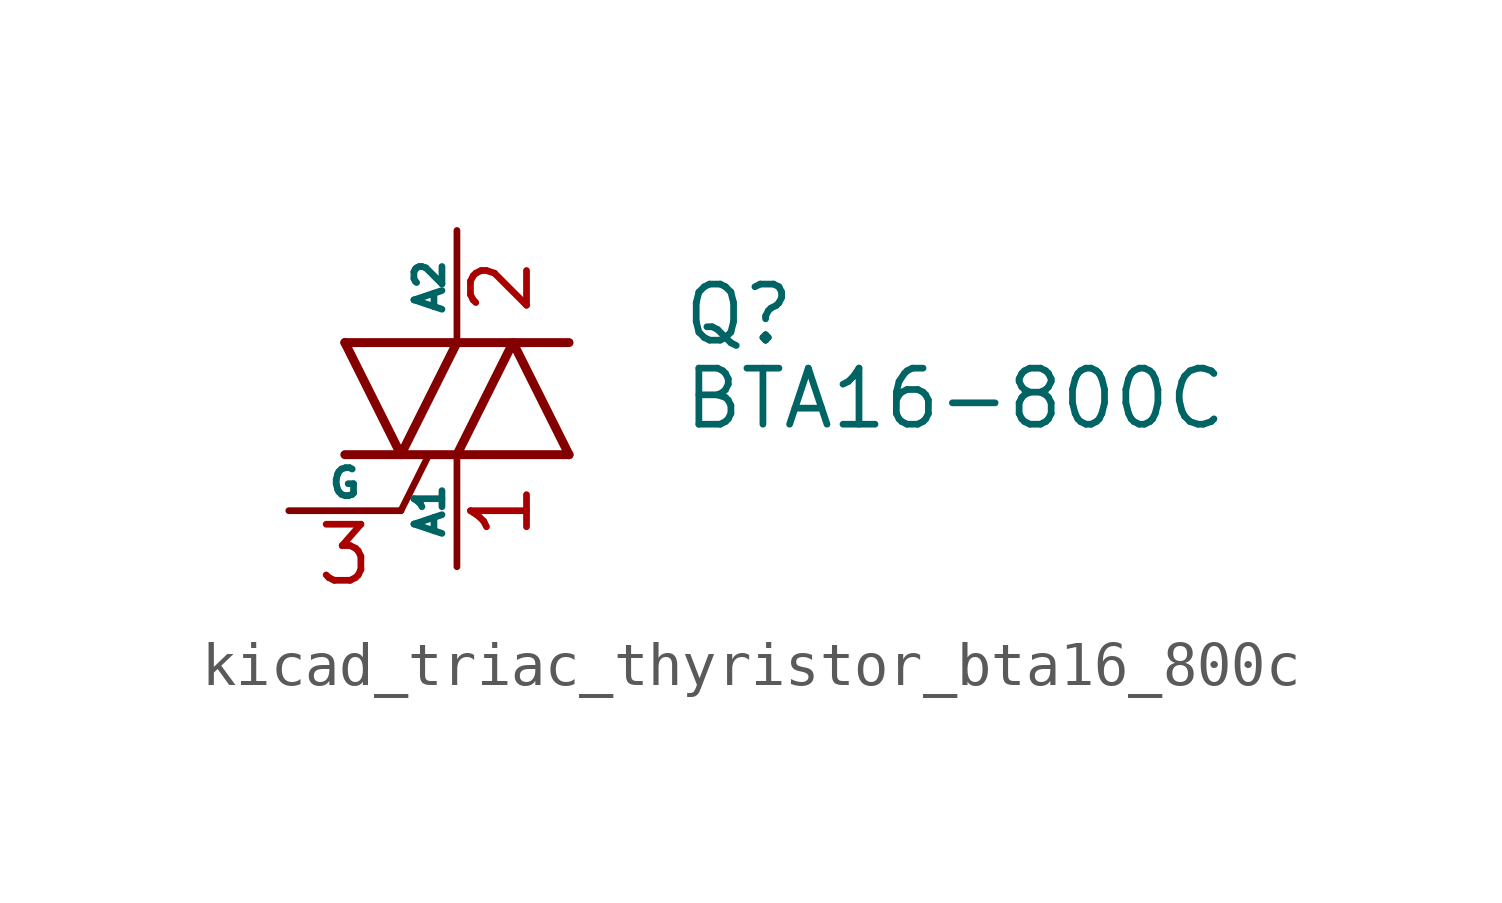
<source format=kicad_sym>
(kicad_symbol_lib
  (version 20220914)
  (generator kicad_symbol_editor)
  (symbol "kicad_triac_thyristor_bta16_800c"
    (pin_names
      (offset 0))
    (property "Reference" "Q"
      (at 5.08 1.905 0)
      (effects (font (size 1.27 1.27)) (justify left)))
    (property "Value" "BTA16-800C"
      (at 5.08 0 0)
      (effects (font (size 1.27 1.27)) (justify left)))
    (symbol "kicad_triac_thyristor_bta16_800c_0_1"
      (polyline (pts (xy -2.54 -1.27) (xy 2.54 -1.27)) (stroke (width 0.203) (type default)) (fill (type none)))
      (polyline (pts (xy -2.54 1.27) (xy 2.54 1.27)) (stroke (width 0.203) (type default)) (fill (type none)))
      (polyline (pts (xy -1.27 -2.54) (xy -0.635 -1.27)) (stroke (width 0) (type default)) (fill (type none)))
      (polyline (pts (xy -2.54 1.27) (xy -1.27 -1.27) (xy 0 1.27)) (stroke (width 0.203) (type default)) (fill (type none)))
      (polyline (pts (xy 0 -1.27) (xy 1.27 1.27) (xy 2.54 -1.27)) (stroke (width 0.203) (type default)) (fill (type none))))
    (symbol "kicad_triac_thyristor_bta16_800c_1_1"
      (pin passive line (at 0 -3.81 90) (length 2.54) (name "A1" (effects (font (size 0.635 0.635)))) (number "1" (effects (font (size 1.27 1.27)))))
      (pin passive line (at 0 3.81 270) (length 2.54) (name "A2" (effects (font (size 0.635 0.635)))) (number "2" (effects (font (size 1.27 1.27)))))
      (pin input line (at -3.81 -2.54 0) (length 2.54) (name "G" (effects (font (size 0.635 0.635)))) (number "3" (effects (font (size 1.27 1.27))))))))
</source>
